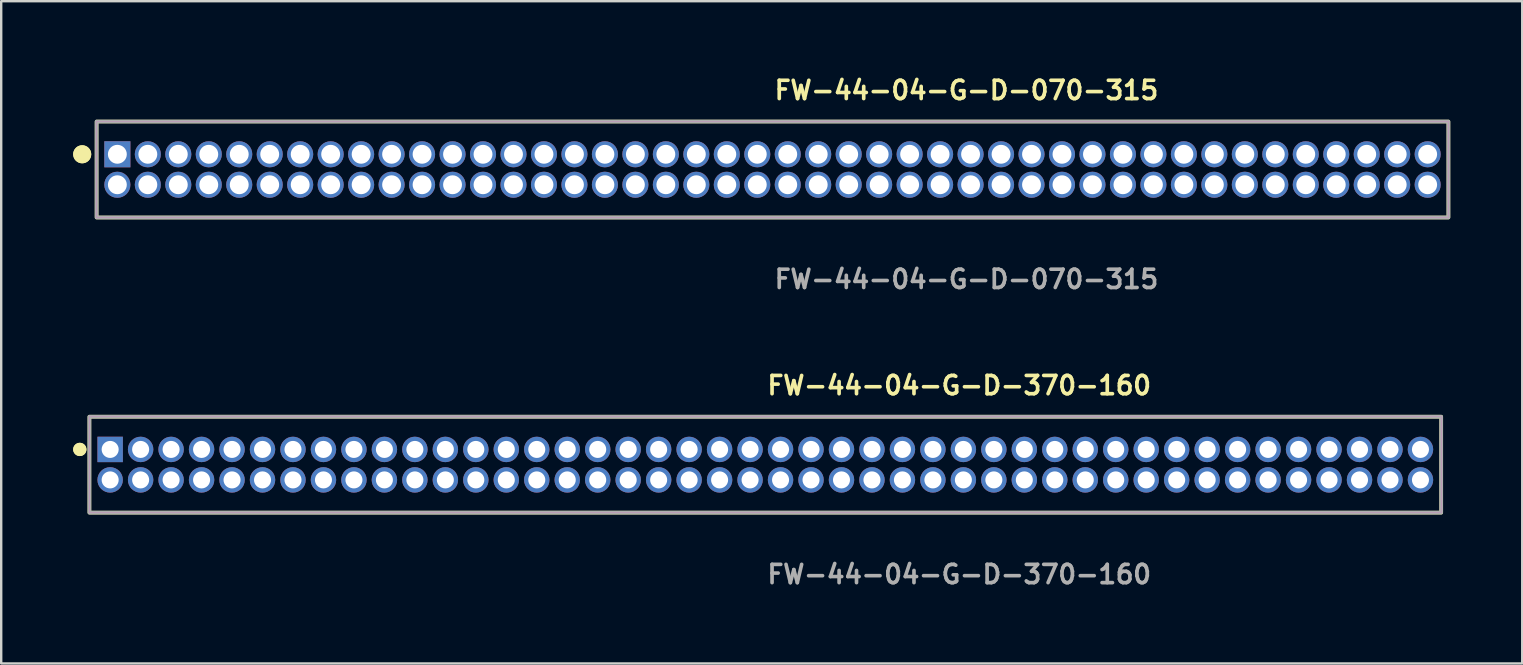
<source format=kicad_pcb>
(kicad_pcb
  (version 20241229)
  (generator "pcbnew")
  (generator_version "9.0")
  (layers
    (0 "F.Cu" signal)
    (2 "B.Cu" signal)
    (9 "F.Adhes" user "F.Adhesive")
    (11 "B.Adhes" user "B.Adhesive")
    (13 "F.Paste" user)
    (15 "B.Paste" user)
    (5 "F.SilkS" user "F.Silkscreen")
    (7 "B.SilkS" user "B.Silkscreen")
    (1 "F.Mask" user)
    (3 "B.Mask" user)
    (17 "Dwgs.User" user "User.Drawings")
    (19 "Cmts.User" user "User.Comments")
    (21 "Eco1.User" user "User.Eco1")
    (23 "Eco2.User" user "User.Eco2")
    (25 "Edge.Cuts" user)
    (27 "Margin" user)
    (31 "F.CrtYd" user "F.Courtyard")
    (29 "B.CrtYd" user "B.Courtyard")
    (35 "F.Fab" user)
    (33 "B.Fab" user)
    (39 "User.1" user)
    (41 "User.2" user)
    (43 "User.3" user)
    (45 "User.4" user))
  (footprint "FW-44-04-G-D-070-315"
    (layer "F.Cu")
    (at 29.146 4.015)
    (property "Reference" "FW-44-04-G-D-070-315" (at 0 -3.302 0) (unlocked yes) (layer "F.SilkS") (effects (font (size 0.762 0.762) (thickness 0.152)) (justify left)))
    (fp_rect (start -28.17 2) (end 28.17 -2) (stroke (width 0.152) (type solid)) (fill no) (layer "F.SilkS"))
    (fp_circle (center -28.77 -0.635) (end -29.07 -0.635) (stroke (width 0.152) (type solid)) (fill yes) (layer "F.SilkS"))
    (fp_circle (center -28.77 -0.635) (end -29.07 -0.635) (stroke (width 0.152) (type solid)) (fill yes) (layer "F.SilkS"))
    (fp_rect (start -28.17 2) (end 28.17 -2) (stroke (width 0.006) (type solid)) (fill no) (layer "F.CrtYd"))
    (fp_rect (start -28.17 2) (end 28.17 -2) (stroke (width 0.152) (type solid)) (fill no) (layer "F.Fab"))
    (fp_text user "${REFERENCE}" (at 0 4.572 0) (unlocked yes) (layer "F.Fab") (effects (font (size 0.762 0.762) (thickness 0.152)) (justify left)))
    (pad "1" thru_hole rect (at -27.305 -0.635) (size 1.087 1.087) (drill 0.787) (layers "*.Cu" "*.Mask"))
    (pad "2" thru_hole circle (at -27.305 0.635) (size 1.087 1.087) (drill 0.787) (layers "*.Cu" "*.Mask"))
    (pad "3" thru_hole circle (at -26.035 -0.635) (size 1.087 1.087) (drill 0.787) (layers "*.Cu" "*.Mask"))
    (pad "4" thru_hole circle (at -26.035 0.635) (size 1.087 1.087) (drill 0.787) (layers "*.Cu" "*.Mask"))
    (pad "5" thru_hole circle (at -24.765 -0.635) (size 1.087 1.087) (drill 0.787) (layers "*.Cu" "*.Mask"))
    (pad "6" thru_hole circle (at -24.765 0.635) (size 1.087 1.087) (drill 0.787) (layers "*.Cu" "*.Mask"))
    (pad "7" thru_hole circle (at -23.495 -0.635) (size 1.087 1.087) (drill 0.787) (layers "*.Cu" "*.Mask"))
    (pad "8" thru_hole circle (at -23.495 0.635) (size 1.087 1.087) (drill 0.787) (layers "*.Cu" "*.Mask"))
    (pad "9" thru_hole circle (at -22.225 -0.635) (size 1.087 1.087) (drill 0.787) (layers "*.Cu" "*.Mask"))
    (pad "10" thru_hole circle (at -22.225 0.635) (size 1.087 1.087) (drill 0.787) (layers "*.Cu" "*.Mask"))
    (pad "11" thru_hole circle (at -20.955 -0.635) (size 1.087 1.087) (drill 0.787) (layers "*.Cu" "*.Mask"))
    (pad "12" thru_hole circle (at -20.955 0.635) (size 1.087 1.087) (drill 0.787) (layers "*.Cu" "*.Mask"))
    (pad "13" thru_hole circle (at -19.685 -0.635) (size 1.087 1.087) (drill 0.787) (layers "*.Cu" "*.Mask"))
    (pad "14" thru_hole circle (at -19.685 0.635) (size 1.087 1.087) (drill 0.787) (layers "*.Cu" "*.Mask"))
    (pad "15" thru_hole circle (at -18.415 -0.635) (size 1.087 1.087) (drill 0.787) (layers "*.Cu" "*.Mask"))
    (pad "16" thru_hole circle (at -18.415 0.635) (size 1.087 1.087) (drill 0.787) (layers "*.Cu" "*.Mask"))
    (pad "17" thru_hole circle (at -17.145 -0.635) (size 1.087 1.087) (drill 0.787) (layers "*.Cu" "*.Mask"))
    (pad "18" thru_hole circle (at -17.145 0.635) (size 1.087 1.087) (drill 0.787) (layers "*.Cu" "*.Mask"))
    (pad "19" thru_hole circle (at -15.875 -0.635) (size 1.087 1.087) (drill 0.787) (layers "*.Cu" "*.Mask"))
    (pad "20" thru_hole circle (at -15.875 0.635) (size 1.087 1.087) (drill 0.787) (layers "*.Cu" "*.Mask"))
    (pad "21" thru_hole circle (at -14.605 -0.635) (size 1.087 1.087) (drill 0.787) (layers "*.Cu" "*.Mask"))
    (pad "22" thru_hole circle (at -14.605 0.635) (size 1.087 1.087) (drill 0.787) (layers "*.Cu" "*.Mask"))
    (pad "23" thru_hole circle (at -13.335 -0.635) (size 1.087 1.087) (drill 0.787) (layers "*.Cu" "*.Mask"))
    (pad "24" thru_hole circle (at -13.335 0.635) (size 1.087 1.087) (drill 0.787) (layers "*.Cu" "*.Mask"))
    (pad "25" thru_hole circle (at -12.065 -0.635) (size 1.087 1.087) (drill 0.787) (layers "*.Cu" "*.Mask"))
    (pad "26" thru_hole circle (at -12.065 0.635) (size 1.087 1.087) (drill 0.787) (layers "*.Cu" "*.Mask"))
    (pad "27" thru_hole circle (at -10.795 -0.635) (size 1.087 1.087) (drill 0.787) (layers "*.Cu" "*.Mask"))
    (pad "28" thru_hole circle (at -10.795 0.635) (size 1.087 1.087) (drill 0.787) (layers "*.Cu" "*.Mask"))
    (pad "29" thru_hole circle (at -9.525 -0.635) (size 1.087 1.087) (drill 0.787) (layers "*.Cu" "*.Mask"))
    (pad "30" thru_hole circle (at -9.525 0.635) (size 1.087 1.087) (drill 0.787) (layers "*.Cu" "*.Mask"))
    (pad "31" thru_hole circle (at -8.255 -0.635) (size 1.087 1.087) (drill 0.787) (layers "*.Cu" "*.Mask"))
    (pad "32" thru_hole circle (at -8.255 0.635) (size 1.087 1.087) (drill 0.787) (layers "*.Cu" "*.Mask"))
    (pad "33" thru_hole circle (at -6.985 -0.635) (size 1.087 1.087) (drill 0.787) (layers "*.Cu" "*.Mask"))
    (pad "34" thru_hole circle (at -6.985 0.635) (size 1.087 1.087) (drill 0.787) (layers "*.Cu" "*.Mask"))
    (pad "35" thru_hole circle (at -5.715 -0.635) (size 1.087 1.087) (drill 0.787) (layers "*.Cu" "*.Mask"))
    (pad "36" thru_hole circle (at -5.715 0.635) (size 1.087 1.087) (drill 0.787) (layers "*.Cu" "*.Mask"))
    (pad "37" thru_hole circle (at -4.445 -0.635) (size 1.087 1.087) (drill 0.787) (layers "*.Cu" "*.Mask"))
    (pad "38" thru_hole circle (at -4.445 0.635) (size 1.087 1.087) (drill 0.787) (layers "*.Cu" "*.Mask"))
    (pad "39" thru_hole circle (at -3.175 -0.635) (size 1.087 1.087) (drill 0.787) (layers "*.Cu" "*.Mask"))
    (pad "40" thru_hole circle (at -3.175 0.635) (size 1.087 1.087) (drill 0.787) (layers "*.Cu" "*.Mask"))
    (pad "41" thru_hole circle (at -1.905 -0.635) (size 1.087 1.087) (drill 0.787) (layers "*.Cu" "*.Mask"))
    (pad "42" thru_hole circle (at -1.905 0.635) (size 1.087 1.087) (drill 0.787) (layers "*.Cu" "*.Mask"))
    (pad "43" thru_hole circle (at -0.635 -0.635) (size 1.087 1.087) (drill 0.787) (layers "*.Cu" "*.Mask"))
    (pad "44" thru_hole circle (at -0.635 0.635) (size 1.087 1.087) (drill 0.787) (layers "*.Cu" "*.Mask"))
    (pad "45" thru_hole circle (at 0.635 -0.635) (size 1.087 1.087) (drill 0.787) (layers "*.Cu" "*.Mask"))
    (pad "46" thru_hole circle (at 0.635 0.635) (size 1.087 1.087) (drill 0.787) (layers "*.Cu" "*.Mask"))
    (pad "47" thru_hole circle (at 1.905 -0.635) (size 1.087 1.087) (drill 0.787) (layers "*.Cu" "*.Mask"))
    (pad "48" thru_hole circle (at 1.905 0.635) (size 1.087 1.087) (drill 0.787) (layers "*.Cu" "*.Mask"))
    (pad "49" thru_hole circle (at 3.175 -0.635) (size 1.087 1.087) (drill 0.787) (layers "*.Cu" "*.Mask"))
    (pad "50" thru_hole circle (at 3.175 0.635) (size 1.087 1.087) (drill 0.787) (layers "*.Cu" "*.Mask"))
    (pad "51" thru_hole circle (at 4.445 -0.635) (size 1.087 1.087) (drill 0.787) (layers "*.Cu" "*.Mask"))
    (pad "52" thru_hole circle (at 4.445 0.635) (size 1.087 1.087) (drill 0.787) (layers "*.Cu" "*.Mask"))
    (pad "53" thru_hole circle (at 5.715 -0.635) (size 1.087 1.087) (drill 0.787) (layers "*.Cu" "*.Mask"))
    (pad "54" thru_hole circle (at 5.715 0.635) (size 1.087 1.087) (drill 0.787) (layers "*.Cu" "*.Mask"))
    (pad "55" thru_hole circle (at 6.985 -0.635) (size 1.087 1.087) (drill 0.787) (layers "*.Cu" "*.Mask"))
    (pad "56" thru_hole circle (at 6.985 0.635) (size 1.087 1.087) (drill 0.787) (layers "*.Cu" "*.Mask"))
    (pad "57" thru_hole circle (at 8.255 -0.635) (size 1.087 1.087) (drill 0.787) (layers "*.Cu" "*.Mask"))
    (pad "58" thru_hole circle (at 8.255 0.635) (size 1.087 1.087) (drill 0.787) (layers "*.Cu" "*.Mask"))
    (pad "59" thru_hole circle (at 9.525 -0.635) (size 1.087 1.087) (drill 0.787) (layers "*.Cu" "*.Mask"))
    (pad "60" thru_hole circle (at 9.525 0.635) (size 1.087 1.087) (drill 0.787) (layers "*.Cu" "*.Mask"))
    (pad "61" thru_hole circle (at 10.795 -0.635) (size 1.087 1.087) (drill 0.787) (layers "*.Cu" "*.Mask"))
    (pad "62" thru_hole circle (at 10.795 0.635) (size 1.087 1.087) (drill 0.787) (layers "*.Cu" "*.Mask"))
    (pad "63" thru_hole circle (at 12.065 -0.635) (size 1.087 1.087) (drill 0.787) (layers "*.Cu" "*.Mask"))
    (pad "64" thru_hole circle (at 12.065 0.635) (size 1.087 1.087) (drill 0.787) (layers "*.Cu" "*.Mask"))
    (pad "65" thru_hole circle (at 13.335 -0.635) (size 1.087 1.087) (drill 0.787) (layers "*.Cu" "*.Mask"))
    (pad "66" thru_hole circle (at 13.335 0.635) (size 1.087 1.087) (drill 0.787) (layers "*.Cu" "*.Mask"))
    (pad "67" thru_hole circle (at 14.605 -0.635) (size 1.087 1.087) (drill 0.787) (layers "*.Cu" "*.Mask"))
    (pad "68" thru_hole circle (at 14.605 0.635) (size 1.087 1.087) (drill 0.787) (layers "*.Cu" "*.Mask"))
    (pad "69" thru_hole circle (at 15.875 -0.635) (size 1.087 1.087) (drill 0.787) (layers "*.Cu" "*.Mask"))
    (pad "70" thru_hole circle (at 15.875 0.635) (size 1.087 1.087) (drill 0.787) (layers "*.Cu" "*.Mask"))
    (pad "71" thru_hole circle (at 17.145 -0.635) (size 1.087 1.087) (drill 0.787) (layers "*.Cu" "*.Mask"))
    (pad "72" thru_hole circle (at 17.145 0.635) (size 1.087 1.087) (drill 0.787) (layers "*.Cu" "*.Mask"))
    (pad "73" thru_hole circle (at 18.415 -0.635) (size 1.087 1.087) (drill 0.787) (layers "*.Cu" "*.Mask"))
    (pad "74" thru_hole circle (at 18.415 0.635) (size 1.087 1.087) (drill 0.787) (layers "*.Cu" "*.Mask"))
    (pad "75" thru_hole circle (at 19.685 -0.635) (size 1.087 1.087) (drill 0.787) (layers "*.Cu" "*.Mask"))
    (pad "76" thru_hole circle (at 19.685 0.635) (size 1.087 1.087) (drill 0.787) (layers "*.Cu" "*.Mask"))
    (pad "77" thru_hole circle (at 20.955 -0.635) (size 1.087 1.087) (drill 0.787) (layers "*.Cu" "*.Mask"))
    (pad "78" thru_hole circle (at 20.955 0.635) (size 1.087 1.087) (drill 0.787) (layers "*.Cu" "*.Mask"))
    (pad "79" thru_hole circle (at 22.225 -0.635) (size 1.087 1.087) (drill 0.787) (layers "*.Cu" "*.Mask"))
    (pad "80" thru_hole circle (at 22.225 0.635) (size 1.087 1.087) (drill 0.787) (layers "*.Cu" "*.Mask"))
    (pad "81" thru_hole circle (at 23.495 -0.635) (size 1.087 1.087) (drill 0.787) (layers "*.Cu" "*.Mask"))
    (pad "82" thru_hole circle (at 23.495 0.635) (size 1.087 1.087) (drill 0.787) (layers "*.Cu" "*.Mask"))
    (pad "83" thru_hole circle (at 24.765 -0.635) (size 1.087 1.087) (drill 0.787) (layers "*.Cu" "*.Mask"))
    (pad "84" thru_hole circle (at 24.765 0.635) (size 1.087 1.087) (drill 0.787) (layers "*.Cu" "*.Mask"))
    (pad "85" thru_hole circle (at 26.035 -0.635) (size 1.087 1.087) (drill 0.787) (layers "*.Cu" "*.Mask"))
    (pad "86" thru_hole circle (at 26.035 0.635) (size 1.087 1.087) (drill 0.787) (layers "*.Cu" "*.Mask"))
    (pad "87" thru_hole circle (at 27.305 -0.635) (size 1.087 1.087) (drill 0.787) (layers "*.Cu" "*.Mask"))
    (pad "88" thru_hole circle (at 27.305 0.635) (size 1.087 1.087) (drill 0.787) (layers "*.Cu" "*.Mask")))
  (footprint "FW-44-04-G-D-370-160"
    (layer "F.Cu")
    (at 28.846 16.316)
    (property "Reference" "FW-44-04-G-D-370-160" (at 0 -3.302 0) (unlocked yes) (layer "F.SilkS") (effects (font (size 0.762 0.762) (thickness 0.152)) (justify left)))
    (fp_rect (start -28.17 2) (end 28.17 -2) (stroke (width 0.152) (type solid)) (fill no) (layer "F.SilkS"))
    (fp_circle (center -28.57 -0.635) (end -28.77 -0.635) (stroke (width 0.152) (type solid)) (fill yes) (layer "F.SilkS"))
    (fp_circle (center -28.57 -0.635) (end -28.77 -0.635) (stroke (width 0.152) (type solid)) (fill yes) (layer "F.SilkS"))
    (fp_rect (start -28.17 2) (end 28.17 -2) (stroke (width 0.006) (type solid)) (fill no) (layer "F.CrtYd"))
    (fp_rect (start -28.17 2) (end 28.17 -2) (stroke (width 0.152) (type solid)) (fill no) (layer "F.Fab"))
    (fp_text user "${REFERENCE}" (at 0 4.572 0) (unlocked yes) (layer "F.Fab") (effects (font (size 0.762 0.762) (thickness 0.152)) (justify left)))
    (pad "1" thru_hole rect (at -27.305 -0.635) (size 1.06 1.06) (drill 0.71) (layers "*.Cu" "*.Mask"))
    (pad "2" thru_hole circle (at -27.305 0.635) (size 1.06 1.06) (drill 0.71) (layers "*.Cu" "*.Mask"))
    (pad "3" thru_hole circle (at -26.035 -0.635) (size 1.06 1.06) (drill 0.71) (layers "*.Cu" "*.Mask"))
    (pad "4" thru_hole circle (at -26.035 0.635) (size 1.06 1.06) (drill 0.71) (layers "*.Cu" "*.Mask"))
    (pad "5" thru_hole circle (at -24.765 -0.635) (size 1.06 1.06) (drill 0.71) (layers "*.Cu" "*.Mask"))
    (pad "6" thru_hole circle (at -24.765 0.635) (size 1.06 1.06) (drill 0.71) (layers "*.Cu" "*.Mask"))
    (pad "7" thru_hole circle (at -23.495 -0.635) (size 1.06 1.06) (drill 0.71) (layers "*.Cu" "*.Mask"))
    (pad "8" thru_hole circle (at -23.495 0.635) (size 1.06 1.06) (drill 0.71) (layers "*.Cu" "*.Mask"))
    (pad "9" thru_hole circle (at -22.225 -0.635) (size 1.06 1.06) (drill 0.71) (layers "*.Cu" "*.Mask"))
    (pad "10" thru_hole circle (at -22.225 0.635) (size 1.06 1.06) (drill 0.71) (layers "*.Cu" "*.Mask"))
    (pad "11" thru_hole circle (at -20.955 -0.635) (size 1.06 1.06) (drill 0.71) (layers "*.Cu" "*.Mask"))
    (pad "12" thru_hole circle (at -20.955 0.635) (size 1.06 1.06) (drill 0.71) (layers "*.Cu" "*.Mask"))
    (pad "13" thru_hole circle (at -19.685 -0.635) (size 1.06 1.06) (drill 0.71) (layers "*.Cu" "*.Mask"))
    (pad "14" thru_hole circle (at -19.685 0.635) (size 1.06 1.06) (drill 0.71) (layers "*.Cu" "*.Mask"))
    (pad "15" thru_hole circle (at -18.415 -0.635) (size 1.06 1.06) (drill 0.71) (layers "*.Cu" "*.Mask"))
    (pad "16" thru_hole circle (at -18.415 0.635) (size 1.06 1.06) (drill 0.71) (layers "*.Cu" "*.Mask"))
    (pad "17" thru_hole circle (at -17.145 -0.635) (size 1.06 1.06) (drill 0.71) (layers "*.Cu" "*.Mask"))
    (pad "18" thru_hole circle (at -17.145 0.635) (size 1.06 1.06) (drill 0.71) (layers "*.Cu" "*.Mask"))
    (pad "19" thru_hole circle (at -15.875 -0.635) (size 1.06 1.06) (drill 0.71) (layers "*.Cu" "*.Mask"))
    (pad "20" thru_hole circle (at -15.875 0.635) (size 1.06 1.06) (drill 0.71) (layers "*.Cu" "*.Mask"))
    (pad "21" thru_hole circle (at -14.605 -0.635) (size 1.06 1.06) (drill 0.71) (layers "*.Cu" "*.Mask"))
    (pad "22" thru_hole circle (at -14.605 0.635) (size 1.06 1.06) (drill 0.71) (layers "*.Cu" "*.Mask"))
    (pad "23" thru_hole circle (at -13.335 -0.635) (size 1.06 1.06) (drill 0.71) (layers "*.Cu" "*.Mask"))
    (pad "24" thru_hole circle (at -13.335 0.635) (size 1.06 1.06) (drill 0.71) (layers "*.Cu" "*.Mask"))
    (pad "25" thru_hole circle (at -12.065 -0.635) (size 1.06 1.06) (drill 0.71) (layers "*.Cu" "*.Mask"))
    (pad "26" thru_hole circle (at -12.065 0.635) (size 1.06 1.06) (drill 0.71) (layers "*.Cu" "*.Mask"))
    (pad "27" thru_hole circle (at -10.795 -0.635) (size 1.06 1.06) (drill 0.71) (layers "*.Cu" "*.Mask"))
    (pad "28" thru_hole circle (at -10.795 0.635) (size 1.06 1.06) (drill 0.71) (layers "*.Cu" "*.Mask"))
    (pad "29" thru_hole circle (at -9.525 -0.635) (size 1.06 1.06) (drill 0.71) (layers "*.Cu" "*.Mask"))
    (pad "30" thru_hole circle (at -9.525 0.635) (size 1.06 1.06) (drill 0.71) (layers "*.Cu" "*.Mask"))
    (pad "31" thru_hole circle (at -8.255 -0.635) (size 1.06 1.06) (drill 0.71) (layers "*.Cu" "*.Mask"))
    (pad "32" thru_hole circle (at -8.255 0.635) (size 1.06 1.06) (drill 0.71) (layers "*.Cu" "*.Mask"))
    (pad "33" thru_hole circle (at -6.985 -0.635) (size 1.06 1.06) (drill 0.71) (layers "*.Cu" "*.Mask"))
    (pad "34" thru_hole circle (at -6.985 0.635) (size 1.06 1.06) (drill 0.71) (layers "*.Cu" "*.Mask"))
    (pad "35" thru_hole circle (at -5.715 -0.635) (size 1.06 1.06) (drill 0.71) (layers "*.Cu" "*.Mask"))
    (pad "36" thru_hole circle (at -5.715 0.635) (size 1.06 1.06) (drill 0.71) (layers "*.Cu" "*.Mask"))
    (pad "37" thru_hole circle (at -4.445 -0.635) (size 1.06 1.06) (drill 0.71) (layers "*.Cu" "*.Mask"))
    (pad "38" thru_hole circle (at -4.445 0.635) (size 1.06 1.06) (drill 0.71) (layers "*.Cu" "*.Mask"))
    (pad "39" thru_hole circle (at -3.175 -0.635) (size 1.06 1.06) (drill 0.71) (layers "*.Cu" "*.Mask"))
    (pad "40" thru_hole circle (at -3.175 0.635) (size 1.06 1.06) (drill 0.71) (layers "*.Cu" "*.Mask"))
    (pad "41" thru_hole circle (at -1.905 -0.635) (size 1.06 1.06) (drill 0.71) (layers "*.Cu" "*.Mask"))
    (pad "42" thru_hole circle (at -1.905 0.635) (size 1.06 1.06) (drill 0.71) (layers "*.Cu" "*.Mask"))
    (pad "43" thru_hole circle (at -0.635 -0.635) (size 1.06 1.06) (drill 0.71) (layers "*.Cu" "*.Mask"))
    (pad "44" thru_hole circle (at -0.635 0.635) (size 1.06 1.06) (drill 0.71) (layers "*.Cu" "*.Mask"))
    (pad "45" thru_hole circle (at 0.635 -0.635) (size 1.06 1.06) (drill 0.71) (layers "*.Cu" "*.Mask"))
    (pad "46" thru_hole circle (at 0.635 0.635) (size 1.06 1.06) (drill 0.71) (layers "*.Cu" "*.Mask"))
    (pad "47" thru_hole circle (at 1.905 -0.635) (size 1.06 1.06) (drill 0.71) (layers "*.Cu" "*.Mask"))
    (pad "48" thru_hole circle (at 1.905 0.635) (size 1.06 1.06) (drill 0.71) (layers "*.Cu" "*.Mask"))
    (pad "49" thru_hole circle (at 3.175 -0.635) (size 1.06 1.06) (drill 0.71) (layers "*.Cu" "*.Mask"))
    (pad "50" thru_hole circle (at 3.175 0.635) (size 1.06 1.06) (drill 0.71) (layers "*.Cu" "*.Mask"))
    (pad "51" thru_hole circle (at 4.445 -0.635) (size 1.06 1.06) (drill 0.71) (layers "*.Cu" "*.Mask"))
    (pad "52" thru_hole circle (at 4.445 0.635) (size 1.06 1.06) (drill 0.71) (layers "*.Cu" "*.Mask"))
    (pad "53" thru_hole circle (at 5.715 -0.635) (size 1.06 1.06) (drill 0.71) (layers "*.Cu" "*.Mask"))
    (pad "54" thru_hole circle (at 5.715 0.635) (size 1.06 1.06) (drill 0.71) (layers "*.Cu" "*.Mask"))
    (pad "55" thru_hole circle (at 6.985 -0.635) (size 1.06 1.06) (drill 0.71) (layers "*.Cu" "*.Mask"))
    (pad "56" thru_hole circle (at 6.985 0.635) (size 1.06 1.06) (drill 0.71) (layers "*.Cu" "*.Mask"))
    (pad "57" thru_hole circle (at 8.255 -0.635) (size 1.06 1.06) (drill 0.71) (layers "*.Cu" "*.Mask"))
    (pad "58" thru_hole circle (at 8.255 0.635) (size 1.06 1.06) (drill 0.71) (layers "*.Cu" "*.Mask"))
    (pad "59" thru_hole circle (at 9.525 -0.635) (size 1.06 1.06) (drill 0.71) (layers "*.Cu" "*.Mask"))
    (pad "60" thru_hole circle (at 9.525 0.635) (size 1.06 1.06) (drill 0.71) (layers "*.Cu" "*.Mask"))
    (pad "61" thru_hole circle (at 10.795 -0.635) (size 1.06 1.06) (drill 0.71) (layers "*.Cu" "*.Mask"))
    (pad "62" thru_hole circle (at 10.795 0.635) (size 1.06 1.06) (drill 0.71) (layers "*.Cu" "*.Mask"))
    (pad "63" thru_hole circle (at 12.065 -0.635) (size 1.06 1.06) (drill 0.71) (layers "*.Cu" "*.Mask"))
    (pad "64" thru_hole circle (at 12.065 0.635) (size 1.06 1.06) (drill 0.71) (layers "*.Cu" "*.Mask"))
    (pad "65" thru_hole circle (at 13.335 -0.635) (size 1.06 1.06) (drill 0.71) (layers "*.Cu" "*.Mask"))
    (pad "66" thru_hole circle (at 13.335 0.635) (size 1.06 1.06) (drill 0.71) (layers "*.Cu" "*.Mask"))
    (pad "67" thru_hole circle (at 14.605 -0.635) (size 1.06 1.06) (drill 0.71) (layers "*.Cu" "*.Mask"))
    (pad "68" thru_hole circle (at 14.605 0.635) (size 1.06 1.06) (drill 0.71) (layers "*.Cu" "*.Mask"))
    (pad "69" thru_hole circle (at 15.875 -0.635) (size 1.06 1.06) (drill 0.71) (layers "*.Cu" "*.Mask"))
    (pad "70" thru_hole circle (at 15.875 0.635) (size 1.06 1.06) (drill 0.71) (layers "*.Cu" "*.Mask"))
    (pad "71" thru_hole circle (at 17.145 -0.635) (size 1.06 1.06) (drill 0.71) (layers "*.Cu" "*.Mask"))
    (pad "72" thru_hole circle (at 17.145 0.635) (size 1.06 1.06) (drill 0.71) (layers "*.Cu" "*.Mask"))
    (pad "73" thru_hole circle (at 18.415 -0.635) (size 1.06 1.06) (drill 0.71) (layers "*.Cu" "*.Mask"))
    (pad "74" thru_hole circle (at 18.415 0.635) (size 1.06 1.06) (drill 0.71) (layers "*.Cu" "*.Mask"))
    (pad "75" thru_hole circle (at 19.685 -0.635) (size 1.06 1.06) (drill 0.71) (layers "*.Cu" "*.Mask"))
    (pad "76" thru_hole circle (at 19.685 0.635) (size 1.06 1.06) (drill 0.71) (layers "*.Cu" "*.Mask"))
    (pad "77" thru_hole circle (at 20.955 -0.635) (size 1.06 1.06) (drill 0.71) (layers "*.Cu" "*.Mask"))
    (pad "78" thru_hole circle (at 20.955 0.635) (size 1.06 1.06) (drill 0.71) (layers "*.Cu" "*.Mask"))
    (pad "79" thru_hole circle (at 22.225 -0.635) (size 1.06 1.06) (drill 0.71) (layers "*.Cu" "*.Mask"))
    (pad "80" thru_hole circle (at 22.225 0.635) (size 1.06 1.06) (drill 0.71) (layers "*.Cu" "*.Mask"))
    (pad "81" thru_hole circle (at 23.495 -0.635) (size 1.06 1.06) (drill 0.71) (layers "*.Cu" "*.Mask"))
    (pad "82" thru_hole circle (at 23.495 0.635) (size 1.06 1.06) (drill 0.71) (layers "*.Cu" "*.Mask"))
    (pad "83" thru_hole circle (at 24.765 -0.635) (size 1.06 1.06) (drill 0.71) (layers "*.Cu" "*.Mask"))
    (pad "84" thru_hole circle (at 24.765 0.635) (size 1.06 1.06) (drill 0.71) (layers "*.Cu" "*.Mask"))
    (pad "85" thru_hole circle (at 26.035 -0.635) (size 1.06 1.06) (drill 0.71) (layers "*.Cu" "*.Mask"))
    (pad "86" thru_hole circle (at 26.035 0.635) (size 1.06 1.06) (drill 0.71) (layers "*.Cu" "*.Mask"))
    (pad "87" thru_hole circle (at 27.305 -0.635) (size 1.06 1.06) (drill 0.71) (layers "*.Cu" "*.Mask"))
    (pad "88" thru_hole circle (at 27.305 0.635) (size 1.06 1.06) (drill 0.71) (layers "*.Cu" "*.Mask")))
  (gr_rect
    (start -3 -3)
    (end 60.392 24.601)
    (stroke (width 0.1) (type default))
    (fill no)
    (layer "Edge.Cuts")))
</source>
